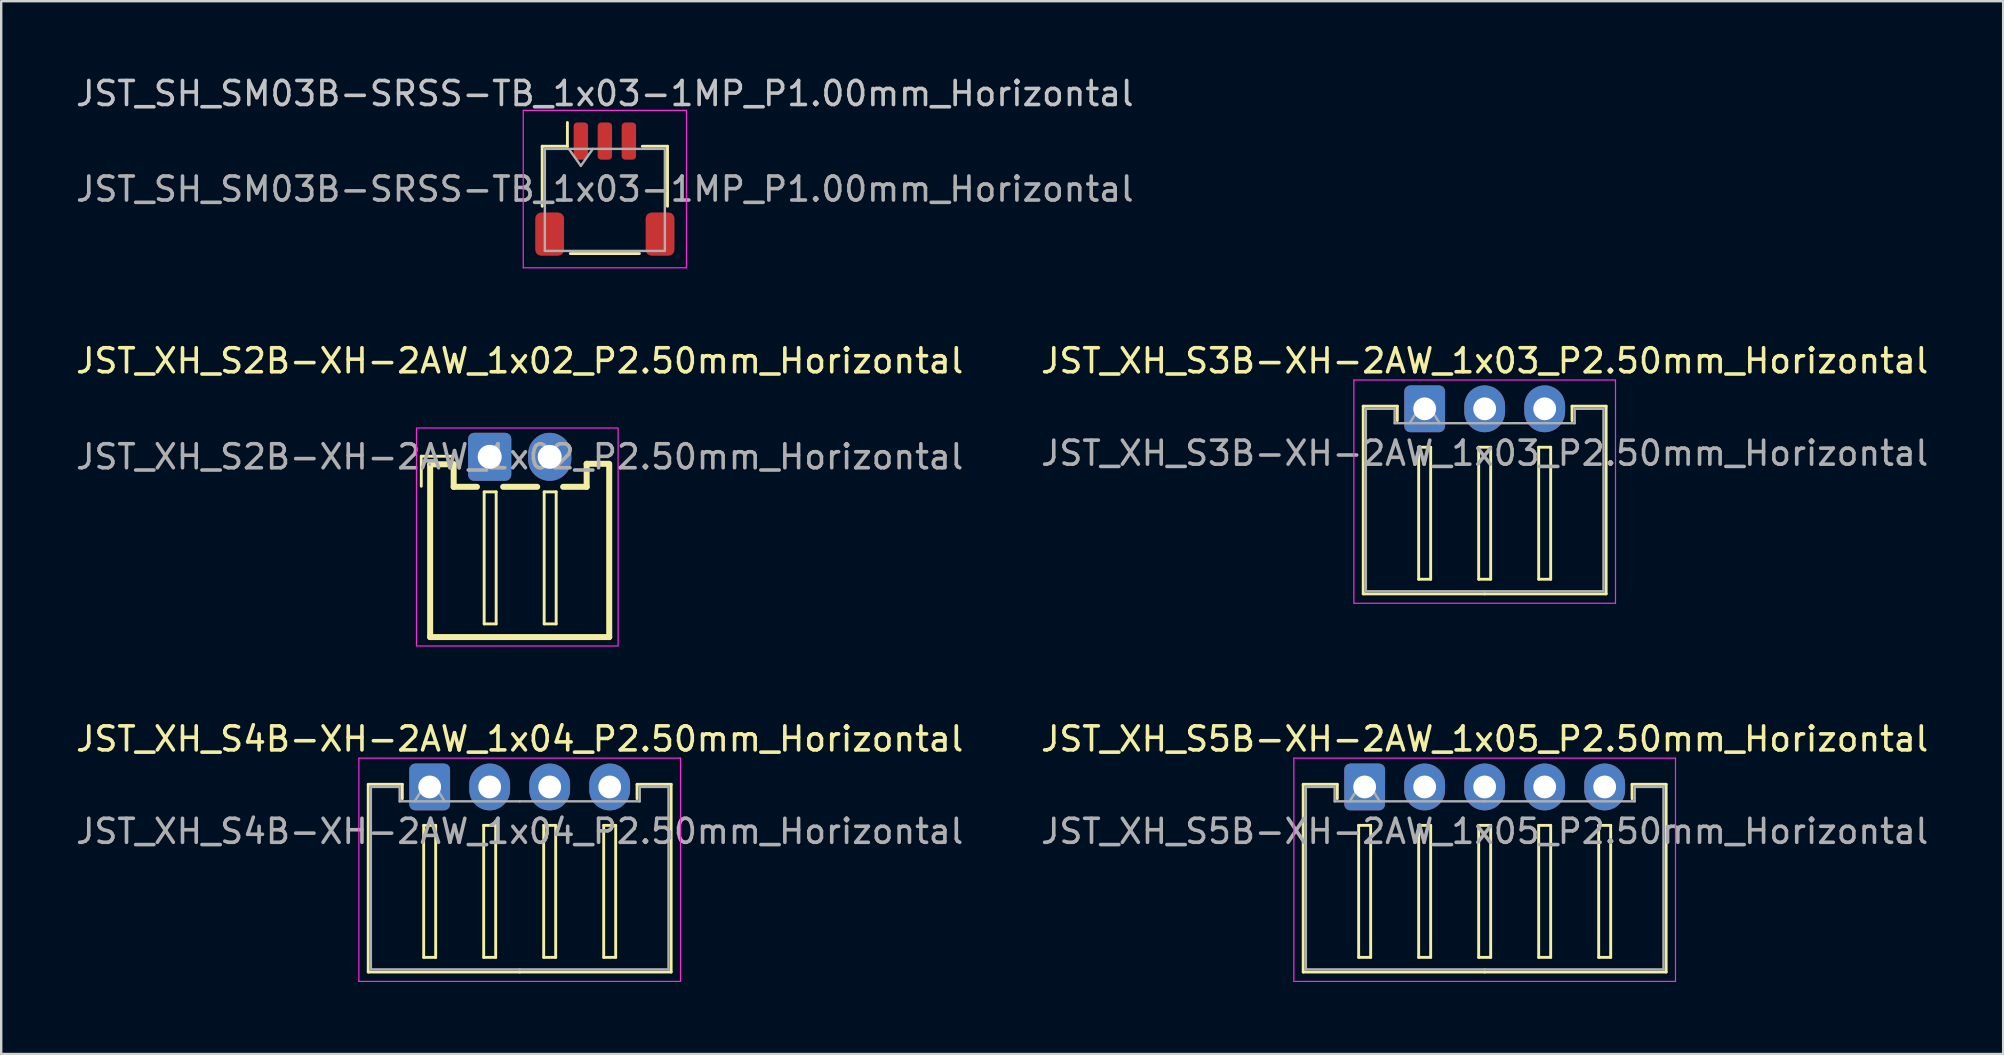
<source format=kicad_pcb>
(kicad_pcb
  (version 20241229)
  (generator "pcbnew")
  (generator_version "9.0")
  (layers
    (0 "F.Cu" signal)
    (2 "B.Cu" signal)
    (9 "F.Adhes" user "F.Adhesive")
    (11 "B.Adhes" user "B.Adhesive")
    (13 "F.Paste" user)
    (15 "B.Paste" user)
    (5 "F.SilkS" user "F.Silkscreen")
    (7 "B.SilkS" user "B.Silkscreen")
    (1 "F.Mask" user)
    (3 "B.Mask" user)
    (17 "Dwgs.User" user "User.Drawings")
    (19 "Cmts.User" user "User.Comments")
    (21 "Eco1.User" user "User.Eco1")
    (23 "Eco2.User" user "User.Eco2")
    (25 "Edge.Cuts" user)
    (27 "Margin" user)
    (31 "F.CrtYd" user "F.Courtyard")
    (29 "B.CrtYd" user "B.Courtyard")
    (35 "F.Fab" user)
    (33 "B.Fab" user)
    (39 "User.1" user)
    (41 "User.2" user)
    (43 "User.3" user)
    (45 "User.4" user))
  (footprint "JST_SH_SM03B-SRSS-TB_1x03-1MP_P1.00mm_Horizontal"
    (layer "F.Cu")
    (at 22.149 4.828)
    (property "Reference" "JST_SH_SM03B-SRSS-TB_1x03-1MP_P1.00mm_Horizontal" (at 0 -3.98 0) (layer "Dwgs.User") (effects (font (size 1 1) (thickness 0.15))))
    (attr smd)
    (fp_line (start -2.61 -1.785) (end -1.56 -1.785) (stroke (width 0.12) (type solid)) (layer "F.SilkS"))
    (fp_line (start -2.61 0.715) (end -2.61 -1.785) (stroke (width 0.12) (type solid)) (layer "F.SilkS"))
    (fp_line (start -1.56 -1.785) (end -1.56 -2.775) (stroke (width 0.12) (type solid)) (layer "F.SilkS"))
    (fp_line (start -1.44 2.685) (end 1.44 2.685) (stroke (width 0.12) (type solid)) (layer "F.SilkS"))
    (fp_line (start 2.61 -1.785) (end 1.56 -1.785) (stroke (width 0.12) (type solid)) (layer "F.SilkS"))
    (fp_line (start 2.61 0.715) (end 2.61 -1.785) (stroke (width 0.12) (type solid)) (layer "F.SilkS"))
    (fp_line (start -3.4 -3.28) (end -3.4 3.28) (stroke (width 0.05) (type solid)) (layer "F.CrtYd"))
    (fp_line (start -3.4 3.28) (end 3.4 3.28) (stroke (width 0.05) (type solid)) (layer "F.CrtYd"))
    (fp_line (start 3.4 -3.28) (end -3.4 -3.28) (stroke (width 0.05) (type solid)) (layer "F.CrtYd"))
    (fp_line (start 3.4 3.28) (end 3.4 -3.28) (stroke (width 0.05) (type solid)) (layer "F.CrtYd"))
    (fp_line (start -2.5 -1.675) (end -2.5 2.575) (stroke (width 0.1) (type solid)) (layer "F.Fab"))
    (fp_line (start -2.5 -1.675) (end 2.5 -1.675) (stroke (width 0.1) (type solid)) (layer "F.Fab"))
    (fp_line (start -2.5 2.575) (end 2.5 2.575) (stroke (width 0.1) (type solid)) (layer "F.Fab"))
    (fp_line (start -1.5 -1.675) (end -1 -0.968) (stroke (width 0.1) (type solid)) (layer "F.Fab"))
    (fp_line (start -1 -0.968) (end -0.5 -1.675) (stroke (width 0.1) (type solid)) (layer "F.Fab"))
    (fp_line (start 2.5 -1.675) (end 2.5 2.575) (stroke (width 0.1) (type solid)) (layer "F.Fab"))
    (fp_text user "${REFERENCE}" (at 0 0 0) (layer "F.Fab") (effects (font (size 1 1) (thickness 0.15))))
    (pad "1" smd roundrect (at -1 -2) (size 0.6 1.55) (layers "F.Cu" "F.Mask" "F.Paste") (roundrect_rratio 0.25))
    (pad "2" smd roundrect (at 0 -2) (size 0.6 1.55) (layers "F.Cu" "F.Mask" "F.Paste") (roundrect_rratio 0.25))
    (pad "3" smd roundrect (at 1 -2) (size 0.6 1.55) (layers "F.Cu" "F.Mask" "F.Paste") (roundrect_rratio 0.25))
    (pad "MP" smd roundrect (at -2.3 1.875) (size 1.2 1.8) (layers "F.Cu" "F.Mask" "F.Paste") (roundrect_rratio 0.208))
    (pad "MP" smd roundrect (at 2.3 1.875) (size 1.2 1.8) (layers "F.Cu" "F.Mask" "F.Paste") (roundrect_rratio 0.208)))
  (footprint "JST_XH_S3B-XH-2AW_1x03_P2.50mm_Horizontal"
    (layer "F.Cu")
    (at 56.304 13.982)
    (property "Reference" "JST_XH_S3B-XH-2AW_1x03_P2.50mm_Horizontal" (at 2.5 -2 0) (layer "F.SilkS") (effects (font (size 1 1) (thickness 0.15))))
    (attr through_hole)
    (fp_line (start -2.56 -0.11) (end -1.14 -0.11) (stroke (width 0.12) (type solid)) (layer "F.SilkS"))
    (fp_line (start -2.56 7.71) (end -2.56 -0.11) (stroke (width 0.12) (type solid)) (layer "F.SilkS"))
    (fp_line (start -1.14 -0.11) (end -1.14 0.49) (stroke (width 0.12) (type solid)) (layer "F.SilkS"))
    (fp_line (start -0.25 1.6) (end -0.25 7.1) (stroke (width 0.12) (type solid)) (layer "F.SilkS"))
    (fp_line (start -0.25 7.1) (end 0.25 7.1) (stroke (width 0.12) (type solid)) (layer "F.SilkS"))
    (fp_line (start 0.25 1.6) (end -0.25 1.6) (stroke (width 0.12) (type solid)) (layer "F.SilkS"))
    (fp_line (start 0.25 7.1) (end 0.25 1.6) (stroke (width 0.12) (type solid)) (layer "F.SilkS"))
    (fp_line (start 2.25 1.6) (end 2.25 7.1) (stroke (width 0.12) (type solid)) (layer "F.SilkS"))
    (fp_line (start 2.25 7.1) (end 2.75 7.1) (stroke (width 0.12) (type solid)) (layer "F.SilkS"))
    (fp_line (start 2.5 7.71) (end -2.56 7.71) (stroke (width 0.12) (type solid)) (layer "F.SilkS"))
    (fp_line (start 2.5 7.71) (end 7.56 7.71) (stroke (width 0.12) (type solid)) (layer "F.SilkS"))
    (fp_line (start 2.75 1.6) (end 2.25 1.6) (stroke (width 0.12) (type solid)) (layer "F.SilkS"))
    (fp_line (start 2.75 7.1) (end 2.75 1.6) (stroke (width 0.12) (type solid)) (layer "F.SilkS"))
    (fp_line (start 4.75 1.6) (end 4.75 7.1) (stroke (width 0.12) (type solid)) (layer "F.SilkS"))
    (fp_line (start 4.75 7.1) (end 5.25 7.1) (stroke (width 0.12) (type solid)) (layer "F.SilkS"))
    (fp_line (start 5.25 1.6) (end 4.75 1.6) (stroke (width 0.12) (type solid)) (layer "F.SilkS"))
    (fp_line (start 5.25 7.1) (end 5.25 1.6) (stroke (width 0.12) (type solid)) (layer "F.SilkS"))
    (fp_line (start 6.14 -0.11) (end 6.14 0.49) (stroke (width 0.12) (type solid)) (layer "F.SilkS"))
    (fp_line (start 7.56 -0.11) (end 6.14 -0.11) (stroke (width 0.12) (type solid)) (layer "F.SilkS"))
    (fp_line (start 7.56 7.71) (end 7.56 -0.11) (stroke (width 0.12) (type solid)) (layer "F.SilkS"))
    (fp_line (start -2.95 -1.2) (end -2.95 8.1) (stroke (width 0.05) (type solid)) (layer "F.CrtYd"))
    (fp_line (start -2.95 8.1) (end 7.95 8.1) (stroke (width 0.05) (type solid)) (layer "F.CrtYd"))
    (fp_line (start 7.95 -1.2) (end -2.95 -1.2) (stroke (width 0.05) (type solid)) (layer "F.CrtYd"))
    (fp_line (start 7.95 8.1) (end 7.95 -1.2) (stroke (width 0.05) (type solid)) (layer "F.CrtYd"))
    (fp_line (start -2.45 0) (end -1.25 0) (stroke (width 0.1) (type solid)) (layer "F.Fab"))
    (fp_line (start -2.45 7.6) (end -2.45 0) (stroke (width 0.1) (type solid)) (layer "F.Fab"))
    (fp_line (start -1.25 0) (end -1.25 0.6) (stroke (width 0.1) (type solid)) (layer "F.Fab"))
    (fp_line (start -1.25 0.6) (end 2.5 0.6) (stroke (width 0.1) (type solid)) (layer "F.Fab"))
    (fp_line (start -0.625 0.6) (end 0 -0.4) (stroke (width 0.1) (type solid)) (layer "F.Fab"))
    (fp_line (start 0 -0.4) (end 0.625 0.6) (stroke (width 0.1) (type solid)) (layer "F.Fab"))
    (fp_line (start 2.5 7.6) (end -2.45 7.6) (stroke (width 0.1) (type solid)) (layer "F.Fab"))
    (fp_line (start 2.5 7.6) (end 7.45 7.6) (stroke (width 0.1) (type solid)) (layer "F.Fab"))
    (fp_line (start 6.25 0) (end 6.25 0.6) (stroke (width 0.1) (type solid)) (layer "F.Fab"))
    (fp_line (start 6.25 0.6) (end 2.5 0.6) (stroke (width 0.1) (type solid)) (layer "F.Fab"))
    (fp_line (start 7.45 0) (end 6.25 0) (stroke (width 0.1) (type solid)) (layer "F.Fab"))
    (fp_line (start 7.45 7.6) (end 7.45 0) (stroke (width 0.1) (type solid)) (layer "F.Fab"))
    (fp_text user "${REFERENCE}" (at 2.5 1.85 0) (layer "F.Fab") (effects (font (size 1 1) (thickness 0.15))))
    (pad "1" thru_hole roundrect (at 0 0) (size 1.7 1.95) (drill 0.95) (layers "*.Cu" "*.Mask") (roundrect_rratio 0.147))
    (pad "2" thru_hole oval (at 2.5 0) (size 1.7 1.95) (drill 0.95) (layers "*.Cu" "*.Mask"))
    (pad "3" thru_hole oval (at 5 0) (size 1.7 1.95) (drill 0.95) (layers "*.Cu" "*.Mask")))
  (footprint "JST_XH_S5B-XH-2AW_1x05_P2.50mm_Horizontal"
    (layer "F.Cu")
    (at 53.804 29.736)
    (property "Reference" "JST_XH_S5B-XH-2AW_1x05_P2.50mm_Horizontal" (at 5 -2 0) (layer "F.SilkS") (effects (font (size 1 1) (thickness 0.15))))
    (attr through_hole)
    (fp_line (start -2.56 -0.11) (end -1.14 -0.11) (stroke (width 0.12) (type solid)) (layer "F.SilkS"))
    (fp_line (start -2.56 7.71) (end -2.56 -0.11) (stroke (width 0.12) (type solid)) (layer "F.SilkS"))
    (fp_line (start -1.14 -0.11) (end -1.14 0.49) (stroke (width 0.12) (type solid)) (layer "F.SilkS"))
    (fp_line (start -0.25 1.6) (end -0.25 7.1) (stroke (width 0.12) (type solid)) (layer "F.SilkS"))
    (fp_line (start -0.25 7.1) (end 0.25 7.1) (stroke (width 0.12) (type solid)) (layer "F.SilkS"))
    (fp_line (start 0.25 1.6) (end -0.25 1.6) (stroke (width 0.12) (type solid)) (layer "F.SilkS"))
    (fp_line (start 0.25 7.1) (end 0.25 1.6) (stroke (width 0.12) (type solid)) (layer "F.SilkS"))
    (fp_line (start 2.25 1.6) (end 2.25 7.1) (stroke (width 0.12) (type solid)) (layer "F.SilkS"))
    (fp_line (start 2.25 7.1) (end 2.75 7.1) (stroke (width 0.12) (type solid)) (layer "F.SilkS"))
    (fp_line (start 2.75 1.6) (end 2.25 1.6) (stroke (width 0.12) (type solid)) (layer "F.SilkS"))
    (fp_line (start 2.75 7.1) (end 2.75 1.6) (stroke (width 0.12) (type solid)) (layer "F.SilkS"))
    (fp_line (start 4.75 1.6) (end 4.75 7.1) (stroke (width 0.12) (type solid)) (layer "F.SilkS"))
    (fp_line (start 4.75 7.1) (end 5.25 7.1) (stroke (width 0.12) (type solid)) (layer "F.SilkS"))
    (fp_line (start 5 7.71) (end -2.56 7.71) (stroke (width 0.12) (type solid)) (layer "F.SilkS"))
    (fp_line (start 5 7.71) (end 12.56 7.71) (stroke (width 0.12) (type solid)) (layer "F.SilkS"))
    (fp_line (start 5.25 1.6) (end 4.75 1.6) (stroke (width 0.12) (type solid)) (layer "F.SilkS"))
    (fp_line (start 5.25 7.1) (end 5.25 1.6) (stroke (width 0.12) (type solid)) (layer "F.SilkS"))
    (fp_line (start 7.25 1.6) (end 7.25 7.1) (stroke (width 0.12) (type solid)) (layer "F.SilkS"))
    (fp_line (start 7.25 7.1) (end 7.75 7.1) (stroke (width 0.12) (type solid)) (layer "F.SilkS"))
    (fp_line (start 7.75 1.6) (end 7.25 1.6) (stroke (width 0.12) (type solid)) (layer "F.SilkS"))
    (fp_line (start 7.75 7.1) (end 7.75 1.6) (stroke (width 0.12) (type solid)) (layer "F.SilkS"))
    (fp_line (start 9.75 1.6) (end 9.75 7.1) (stroke (width 0.12) (type solid)) (layer "F.SilkS"))
    (fp_line (start 9.75 7.1) (end 10.25 7.1) (stroke (width 0.12) (type solid)) (layer "F.SilkS"))
    (fp_line (start 10.25 1.6) (end 9.75 1.6) (stroke (width 0.12) (type solid)) (layer "F.SilkS"))
    (fp_line (start 10.25 7.1) (end 10.25 1.6) (stroke (width 0.12) (type solid)) (layer "F.SilkS"))
    (fp_line (start 11.14 -0.11) (end 11.14 0.49) (stroke (width 0.12) (type solid)) (layer "F.SilkS"))
    (fp_line (start 12.56 -0.11) (end 11.14 -0.11) (stroke (width 0.12) (type solid)) (layer "F.SilkS"))
    (fp_line (start 12.56 7.71) (end 12.56 -0.11) (stroke (width 0.12) (type solid)) (layer "F.SilkS"))
    (fp_line (start -2.95 -1.2) (end -2.95 8.1) (stroke (width 0.05) (type solid)) (layer "F.CrtYd"))
    (fp_line (start -2.95 8.1) (end 12.95 8.1) (stroke (width 0.05) (type solid)) (layer "F.CrtYd"))
    (fp_line (start 12.95 -1.2) (end -2.95 -1.2) (stroke (width 0.05) (type solid)) (layer "F.CrtYd"))
    (fp_line (start 12.95 8.1) (end 12.95 -1.2) (stroke (width 0.05) (type solid)) (layer "F.CrtYd"))
    (fp_line (start -2.45 0) (end -1.25 0) (stroke (width 0.1) (type solid)) (layer "F.Fab"))
    (fp_line (start -2.45 7.6) (end -2.45 0) (stroke (width 0.1) (type solid)) (layer "F.Fab"))
    (fp_line (start -1.25 0) (end -1.25 0.6) (stroke (width 0.1) (type solid)) (layer "F.Fab"))
    (fp_line (start -1.25 0.6) (end 5 0.6) (stroke (width 0.1) (type solid)) (layer "F.Fab"))
    (fp_line (start -0.625 0.6) (end 0 -0.4) (stroke (width 0.1) (type solid)) (layer "F.Fab"))
    (fp_line (start 0 -0.4) (end 0.625 0.6) (stroke (width 0.1) (type solid)) (layer "F.Fab"))
    (fp_line (start 5 7.6) (end -2.45 7.6) (stroke (width 0.1) (type solid)) (layer "F.Fab"))
    (fp_line (start 5 7.6) (end 12.45 7.6) (stroke (width 0.1) (type solid)) (layer "F.Fab"))
    (fp_line (start 11.25 0) (end 11.25 0.6) (stroke (width 0.1) (type solid)) (layer "F.Fab"))
    (fp_line (start 11.25 0.6) (end 5 0.6) (stroke (width 0.1) (type solid)) (layer "F.Fab"))
    (fp_line (start 12.45 0) (end 11.25 0) (stroke (width 0.1) (type solid)) (layer "F.Fab"))
    (fp_line (start 12.45 7.6) (end 12.45 0) (stroke (width 0.1) (type solid)) (layer "F.Fab"))
    (fp_text user "${REFERENCE}" (at 5 1.85 0) (layer "F.Fab") (effects (font (size 1 1) (thickness 0.15))))
    (pad "1" thru_hole roundrect (at 0 0) (size 1.7 1.95) (drill 0.95) (layers "*.Cu" "*.Mask") (roundrect_rratio 0.147))
    (pad "2" thru_hole oval (at 2.5 0) (size 1.7 1.95) (drill 0.95) (layers "*.Cu" "*.Mask"))
    (pad "3" thru_hole oval (at 5 0) (size 1.7 1.95) (drill 0.95) (layers "*.Cu" "*.Mask"))
    (pad "4" thru_hole oval (at 7.5 0) (size 1.7 1.95) (drill 0.95) (layers "*.Cu" "*.Mask"))
    (pad "5" thru_hole oval (at 10 0) (size 1.7 1.95) (drill 0.95) (layers "*.Cu" "*.Mask")))
  (footprint "JST_XH_S2B-XH-2AW_1x02_P2.50mm_Horizontal"
    (layer "F.Cu")
    (at 18.601 15.982)
    (property "Reference" "JST_XH_S2B-XH-2AW_1x02_P2.50mm_Horizontal" (at 0 -4 0) (layer "F.SilkS") (effects (font (size 1 1) (thickness 0.15))))
    (attr through_hole)
    (fp_line (start -4.1 -0.025) (end -4.1 1.225) (stroke (width 0.12) (type solid)) (layer "F.SilkS"))
    (fp_line (start -3.73 0.34) (end -3.73 7.51) (stroke (width 0.25) (type solid)) (layer "F.SilkS"))
    (fp_line (start -2.85 -0.025) (end -4.1 -0.025) (stroke (width 0.12) (type solid)) (layer "F.SilkS"))
    (fp_line (start -2.75 0.31) (end -3.73 0.31) (stroke (width 0.25) (type solid)) (layer "F.SilkS"))
    (fp_line (start -2.75 1.25) (end -2.75 0.31) (stroke (width 0.25) (type solid)) (layer "F.SilkS"))
    (fp_line (start -1.78 1.25) (end -2.75 1.25) (stroke (width 0.25) (type solid)) (layer "F.SilkS"))
    (fp_line (start -1.48 1.46) (end -1.48 6.96) (stroke (width 0.12) (type solid)) (layer "F.SilkS"))
    (fp_line (start -1.48 6.96) (end -0.98 6.96) (stroke (width 0.12) (type solid)) (layer "F.SilkS"))
    (fp_line (start -0.98 1.46) (end -1.48 1.46) (stroke (width 0.12) (type solid)) (layer "F.SilkS"))
    (fp_line (start -0.98 6.96) (end -0.98 1.46) (stroke (width 0.12) (type solid)) (layer "F.SilkS"))
    (fp_line (start 0.73 1.25) (end -0.69 1.25) (stroke (width 0.25) (type solid)) (layer "F.SilkS"))
    (fp_line (start 1.02 1.46) (end 1.02 6.96) (stroke (width 0.12) (type solid)) (layer "F.SilkS"))
    (fp_line (start 1.02 6.96) (end 1.52 6.96) (stroke (width 0.12) (type solid)) (layer "F.SilkS"))
    (fp_line (start 1.52 1.46) (end 1.02 1.46) (stroke (width 0.12) (type solid)) (layer "F.SilkS"))
    (fp_line (start 1.52 6.96) (end 1.52 1.46) (stroke (width 0.12) (type solid)) (layer "F.SilkS"))
    (fp_line (start 2.79 0.29) (end 2.79 1.25) (stroke (width 0.25) (type solid)) (layer "F.SilkS"))
    (fp_line (start 2.79 1.25) (end 1.81 1.25) (stroke (width 0.25) (type solid)) (layer "F.SilkS"))
    (fp_line (start 3.73 0.29) (end 2.79 0.29) (stroke (width 0.25) (type solid)) (layer "F.SilkS"))
    (fp_line (start 3.73 0.34) (end 3.73 7.51) (stroke (width 0.25) (type solid)) (layer "F.SilkS"))
    (fp_line (start 3.73 7.51) (end -3.73 7.51) (stroke (width 0.25) (type solid)) (layer "F.SilkS"))
    (fp_poly (pts (xy -4.3 -1.2) (xy 4.1 -1.2) (xy 4.1 7.881) (xy -4.3 7.881)) (stroke (width 0.05) (type solid)) (fill no) (layer "F.CrtYd"))
    (fp_circle (center -3.75 0.32) (end -3.72 0.32) (stroke (width 0.06) (type solid)) (fill no) (layer "F.Fab"))
    (fp_text user "${REFERENCE}" (at 0 0 0) (layer "F.Fab") (effects (font (size 1 1) (thickness 0.15))))
    (pad "1" thru_hole roundrect (at -1.25 0) (size 1.8 2) (drill 1) (layers "*.Cu" "*.Mask") (roundrect_rratio 0.139))
    (pad "2" thru_hole oval (at 1.25 0) (size 1.8 2) (drill 1) (layers "*.Cu" "*.Mask")))
  (footprint "JST_XH_S4B-XH-2AW_1x04_P2.50mm_Horizontal"
    (layer "F.Cu")
    (at 14.851 29.736)
    (property "Reference" "JST_XH_S4B-XH-2AW_1x04_P2.50mm_Horizontal" (at 3.75 -2 0) (layer "F.SilkS") (effects (font (size 1 1) (thickness 0.15))))
    (attr through_hole)
    (fp_line (start -2.56 -0.11) (end -1.14 -0.11) (stroke (width 0.12) (type solid)) (layer "F.SilkS"))
    (fp_line (start -2.56 7.71) (end -2.56 -0.11) (stroke (width 0.12) (type solid)) (layer "F.SilkS"))
    (fp_line (start -1.14 -0.11) (end -1.14 0.49) (stroke (width 0.12) (type solid)) (layer "F.SilkS"))
    (fp_line (start -0.25 1.6) (end -0.25 7.1) (stroke (width 0.12) (type solid)) (layer "F.SilkS"))
    (fp_line (start -0.25 7.1) (end 0.25 7.1) (stroke (width 0.12) (type solid)) (layer "F.SilkS"))
    (fp_line (start 0.25 1.6) (end -0.25 1.6) (stroke (width 0.12) (type solid)) (layer "F.SilkS"))
    (fp_line (start 0.25 7.1) (end 0.25 1.6) (stroke (width 0.12) (type solid)) (layer "F.SilkS"))
    (fp_line (start 2.25 1.6) (end 2.25 7.1) (stroke (width 0.12) (type solid)) (layer "F.SilkS"))
    (fp_line (start 2.25 7.1) (end 2.75 7.1) (stroke (width 0.12) (type solid)) (layer "F.SilkS"))
    (fp_line (start 2.75 1.6) (end 2.25 1.6) (stroke (width 0.12) (type solid)) (layer "F.SilkS"))
    (fp_line (start 2.75 7.1) (end 2.75 1.6) (stroke (width 0.12) (type solid)) (layer "F.SilkS"))
    (fp_line (start 3.75 7.71) (end -2.56 7.71) (stroke (width 0.12) (type solid)) (layer "F.SilkS"))
    (fp_line (start 3.75 7.71) (end 10.06 7.71) (stroke (width 0.12) (type solid)) (layer "F.SilkS"))
    (fp_line (start 4.75 1.6) (end 4.75 7.1) (stroke (width 0.12) (type solid)) (layer "F.SilkS"))
    (fp_line (start 4.75 7.1) (end 5.25 7.1) (stroke (width 0.12) (type solid)) (layer "F.SilkS"))
    (fp_line (start 5.25 1.6) (end 4.75 1.6) (stroke (width 0.12) (type solid)) (layer "F.SilkS"))
    (fp_line (start 5.25 7.1) (end 5.25 1.6) (stroke (width 0.12) (type solid)) (layer "F.SilkS"))
    (fp_line (start 7.25 1.6) (end 7.25 7.1) (stroke (width 0.12) (type solid)) (layer "F.SilkS"))
    (fp_line (start 7.25 7.1) (end 7.75 7.1) (stroke (width 0.12) (type solid)) (layer "F.SilkS"))
    (fp_line (start 7.75 1.6) (end 7.25 1.6) (stroke (width 0.12) (type solid)) (layer "F.SilkS"))
    (fp_line (start 7.75 7.1) (end 7.75 1.6) (stroke (width 0.12) (type solid)) (layer "F.SilkS"))
    (fp_line (start 8.64 -0.11) (end 8.64 0.49) (stroke (width 0.12) (type solid)) (layer "F.SilkS"))
    (fp_line (start 10.06 -0.11) (end 8.64 -0.11) (stroke (width 0.12) (type solid)) (layer "F.SilkS"))
    (fp_line (start 10.06 7.71) (end 10.06 -0.11) (stroke (width 0.12) (type solid)) (layer "F.SilkS"))
    (fp_line (start -2.95 -1.2) (end -2.95 8.1) (stroke (width 0.05) (type solid)) (layer "F.CrtYd"))
    (fp_line (start -2.95 8.1) (end 10.45 8.1) (stroke (width 0.05) (type solid)) (layer "F.CrtYd"))
    (fp_line (start 10.45 -1.2) (end -2.95 -1.2) (stroke (width 0.05) (type solid)) (layer "F.CrtYd"))
    (fp_line (start 10.45 8.1) (end 10.45 -1.2) (stroke (width 0.05) (type solid)) (layer "F.CrtYd"))
    (fp_line (start -2.45 0) (end -1.25 0) (stroke (width 0.1) (type solid)) (layer "F.Fab"))
    (fp_line (start -2.45 7.6) (end -2.45 0) (stroke (width 0.1) (type solid)) (layer "F.Fab"))
    (fp_line (start -1.25 0) (end -1.25 0.6) (stroke (width 0.1) (type solid)) (layer "F.Fab"))
    (fp_line (start -1.25 0.6) (end 3.75 0.6) (stroke (width 0.1) (type solid)) (layer "F.Fab"))
    (fp_line (start -0.625 0.6) (end 0 -0.4) (stroke (width 0.1) (type solid)) (layer "F.Fab"))
    (fp_line (start 0 -0.4) (end 0.625 0.6) (stroke (width 0.1) (type solid)) (layer "F.Fab"))
    (fp_line (start 3.75 7.6) (end -2.45 7.6) (stroke (width 0.1) (type solid)) (layer "F.Fab"))
    (fp_line (start 3.75 7.6) (end 9.95 7.6) (stroke (width 0.1) (type solid)) (layer "F.Fab"))
    (fp_line (start 8.75 0) (end 8.75 0.6) (stroke (width 0.1) (type solid)) (layer "F.Fab"))
    (fp_line (start 8.75 0.6) (end 3.75 0.6) (stroke (width 0.1) (type solid)) (layer "F.Fab"))
    (fp_line (start 9.95 0) (end 8.75 0) (stroke (width 0.1) (type solid)) (layer "F.Fab"))
    (fp_line (start 9.95 7.6) (end 9.95 0) (stroke (width 0.1) (type solid)) (layer "F.Fab"))
    (fp_text user "${REFERENCE}" (at 3.75 1.85 0) (layer "F.Fab") (effects (font (size 1 1) (thickness 0.15))))
    (pad "1" thru_hole roundrect (at 0 0) (size 1.7 1.95) (drill 0.95) (layers "*.Cu" "*.Mask") (roundrect_rratio 0.147))
    (pad "2" thru_hole oval (at 2.5 0) (size 1.7 1.95) (drill 0.95) (layers "*.Cu" "*.Mask"))
    (pad "3" thru_hole oval (at 5 0) (size 1.7 1.95) (drill 0.95) (layers "*.Cu" "*.Mask"))
    (pad "4" thru_hole oval (at 7.5 0) (size 1.7 1.95) (drill 0.95) (layers "*.Cu" "*.Mask")))
  (gr_rect
    (start -3 -3)
    (end 80.405 40.861)
    (stroke (width 0.1) (type default))
    (fill no)
    (layer "Edge.Cuts")))
</source>
